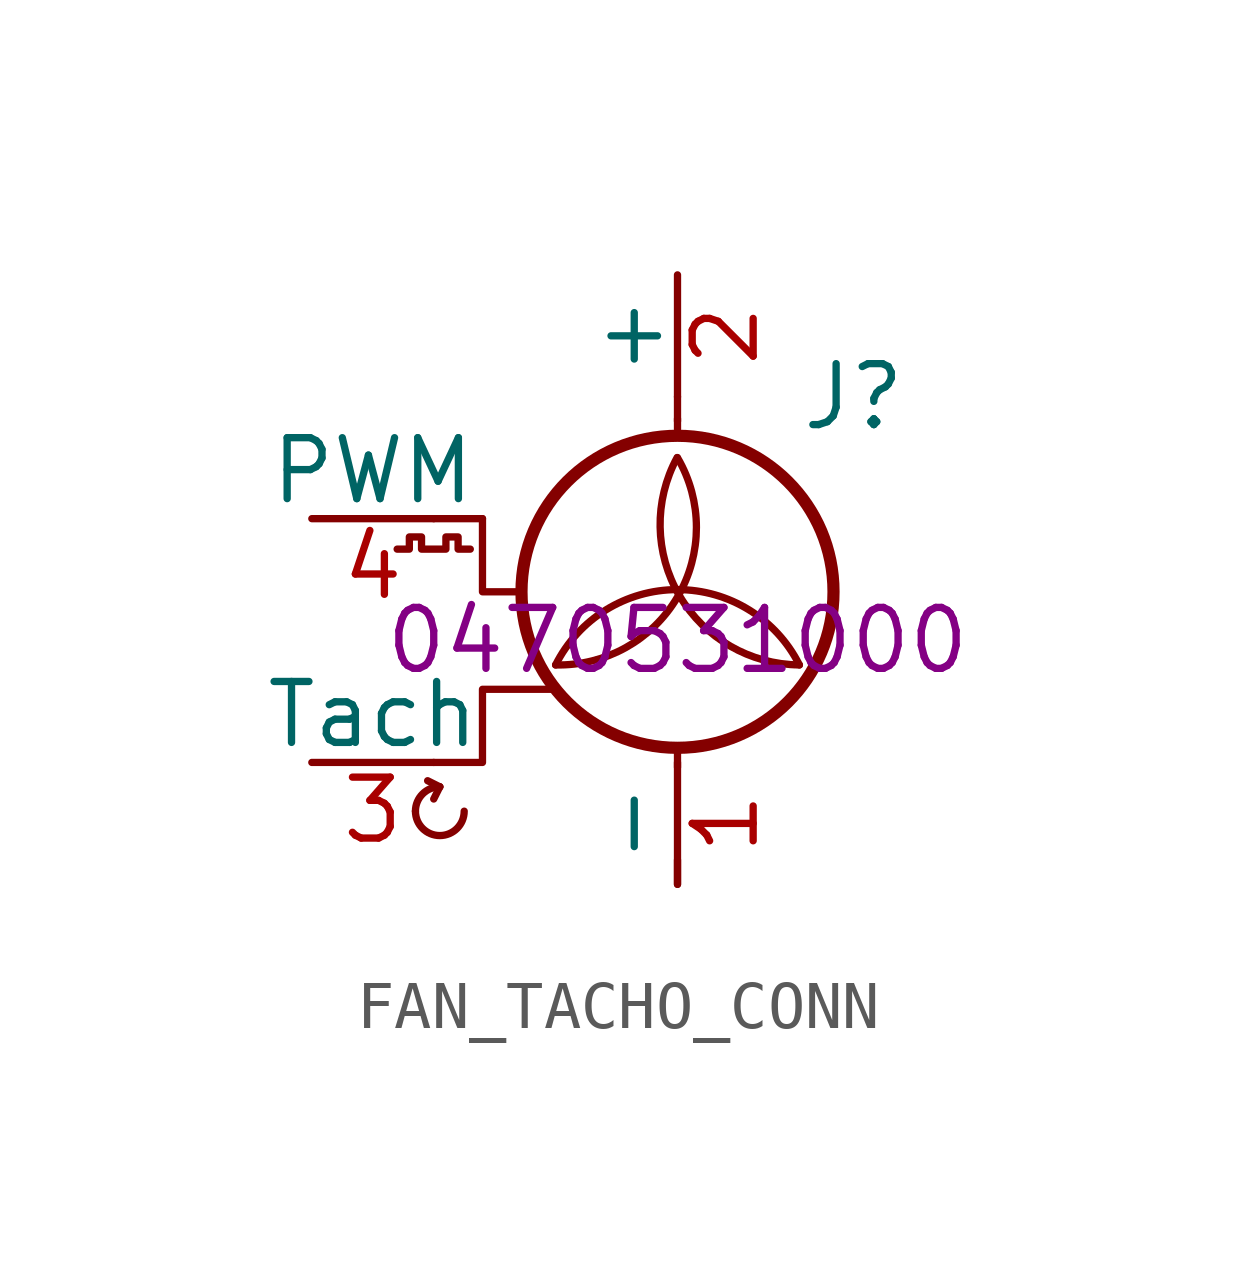
<source format=kicad_sym>
(kicad_symbol_lib
  (version 20211014)
  (generator kicad_symbol_editor)
  (symbol "FAN_TACHO_CONN"
    (pin_names
      (offset 0))
    (property "Reference" "J"
      (at 2.54 5.08 0)
      (effects (font (size 1.27 1.27)) (justify left)))
    (property "Manufacturer Part Number" "0470531000"
      (at 0 0 0)
      (effects (font (size 1.27 1.27))))
    (symbol "FAN_TACHO_CONN_0_0"
      (arc (start -5.461 -3.556) (mid -4.953 -4.064) (end -4.445 -3.556) (stroke (width 0) (type default) (color 0 0 0 0)) (fill (type none)))
      (arc (start -4.953 -3.048) (mid -5.3122 -3.1968) (end -5.461 -3.556) (stroke (width 0) (type default) (color 0 0 0 0)) (fill (type none)))
      (polyline (pts (xy -4.953 -3.048) (xy -5.207 -2.921)) (stroke (width 0) (type default) (color 0 0 0 0)) (fill (type none)))
      (polyline (pts (xy -4.953 -3.048) (xy -5.08 -3.302)) (stroke (width 0) (type default) (color 0 0 0 0)) (fill (type none)))
      (polyline (pts (xy -4.064 2.54) (xy -4.064 1.016) (xy -3.302 1.016)) (stroke (width 0) (type default) (color 0 0 0 0)) (fill (type none))))
    (symbol "FAN_TACHO_CONN_0_1"
      (arc (start -2.54 -0.508) (mid 0.0028 0.9121) (end 0 3.81) (stroke (width 0) (type default) (color 0 0 0 0)) (fill (type none)))
      (polyline (pts (xy -4.064 2.54) (xy -5.08 2.54)) (stroke (width 0) (type default) (color 0 0 0 0)) (fill (type none)))
      (polyline (pts (xy 0 -5.08) (xy 0 -4.572)) (stroke (width 0) (type default) (color 0 0 0 0)) (fill (type none)))
      (polyline (pts (xy 0 -2.235) (xy 0 -2.642)) (stroke (width 0) (type default) (color 0 0 0 0)) (fill (type none)))
      (polyline (pts (xy 0 4.267) (xy 0 4.623)) (stroke (width 0) (type default) (color 0 0 0 0)) (fill (type none)))
      (polyline (pts (xy 0 4.572) (xy 0 5.08)) (stroke (width 0) (type default) (color 0 0 0 0)) (fill (type none)))
      (polyline (pts (xy -2.54 -1.016) (xy -4.064 -1.016) (xy -4.064 -2.54) (xy -5.08 -2.54)) (stroke (width 0) (type default) (color 0 0 0 0)) (fill (type none)))
      (polyline (pts (xy -5.842 1.905) (xy -5.588 1.905) (xy -5.588 2.159) (xy -5.334 2.159) (xy -5.334 1.905) (xy -4.826 1.905) (xy -4.826 2.159) (xy -4.572 2.159) (xy -4.572 1.905) (xy -4.318 1.905)) (stroke (width 0) (type default) (color 0 0 0 0)) (fill (type none)))
      (circle (center 0 1.016) (radius 3.251) (stroke (width 0.254) (type default) (color 0 0 0 0)) (fill (type none)))
      (arc (start 0 3.81) (mid 0.053 0.921) (end 2.54 -0.508) (stroke (width 0) (type default) (color 0 0 0 0)) (fill (type none)))
      (arc (start 2.54 -0.508) (mid 0 1.0618) (end -2.54 -0.508) (stroke (width 0) (type default) (color 0 0 0 0)) (fill (type none))))
    (symbol "FAN_TACHO_CONN_1_1"
      (pin passive line (at 0 -5.08 90) (length 2.54) (name "-" (effects (font (size 1.27 1.27)))) (number "1" (effects (font (size 1.27 1.27)))))
      (pin passive line (at 0 7.62 270) (length 2.54) (name "+" (effects (font (size 1.27 1.27)))) (number "2" (effects (font (size 1.27 1.27)))))
      (pin input line (at -7.62 -2.54 0) (length 2.54) (name "Tach" (effects (font (size 1.27 1.27)))) (number "3" (effects (font (size 1.27 1.27)))))
      (pin passive line (at -7.62 2.54 0) (length 2.54) (name "PWM" (effects (font (size 1.27 1.27)))) (number "4" (effects (font (size 1.27 1.27))))))))
</source>
